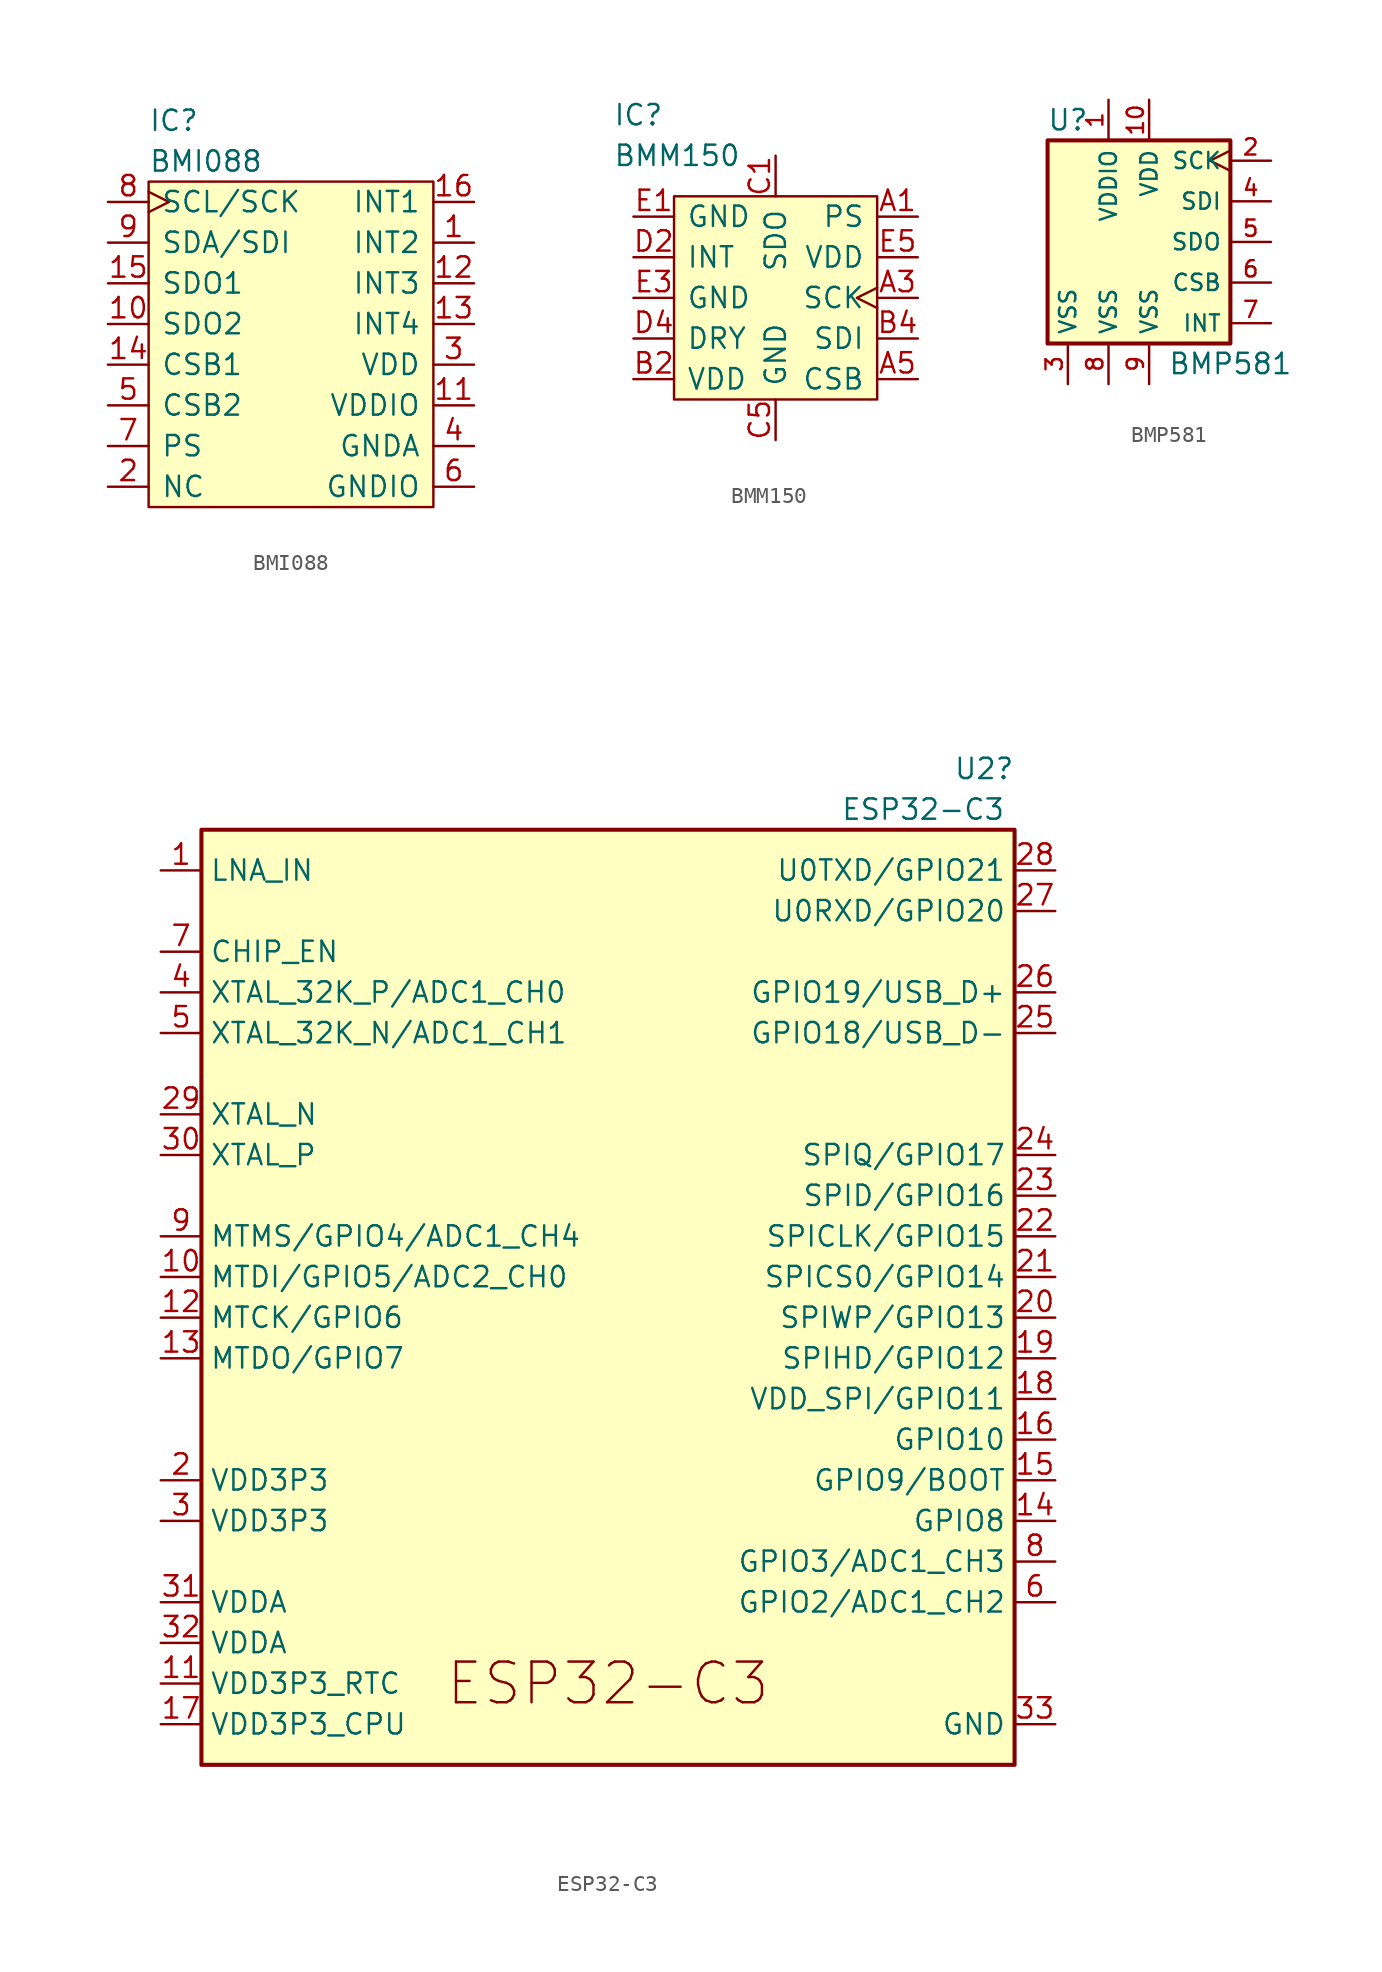
<source format=kicad_sym>
(kicad_symbol_lib
  (version 20220914)
  (generator kicad_symbol_editor)
  (symbol "BMI088"
    (pin_names
      (offset 0.762))
    (property "Reference" "IC"
      (at -7.62 13.97 0)
      (effects (font (size 1.27 1.27)) (justify left)))
    (property "Value" "BMI088"
      (at -7.62 11.43 0)
      (effects (font (size 1.27 1.27)) (justify left)))
    (symbol "BMI088_0_0"
      (pin bidirectional line (at 12.7 6.35 180) (length 2.54) (name "INT2" (effects (font (size 1.27 1.27)))) (number "1" (effects (font (size 1.27 1.27)))))
      (pin output line (at -10.16 1.27 0) (length 2.54) (name "SDO2" (effects (font (size 1.27 1.27)))) (number "10" (effects (font (size 1.27 1.27)))))
      (pin power_in line (at 12.7 -3.81 180) (length 2.54) (name "VDDIO" (effects (font (size 1.27 1.27)))) (number "11" (effects (font (size 1.27 1.27)))))
      (pin output line (at 12.7 3.81 180) (length 2.54) (name "INT3" (effects (font (size 1.27 1.27)))) (number "12" (effects (font (size 1.27 1.27)))))
      (pin output line (at 12.7 1.27 180) (length 2.54) (name "INT4" (effects (font (size 1.27 1.27)))) (number "13" (effects (font (size 1.27 1.27)))))
      (pin input line (at -10.16 -1.27 0) (length 2.54) (name "CSB1" (effects (font (size 1.27 1.27)))) (number "14" (effects (font (size 1.27 1.27)))))
      (pin output line (at -10.16 3.81 0) (length 2.54) (name "SDO1" (effects (font (size 1.27 1.27)))) (number "15" (effects (font (size 1.27 1.27)))))
      (pin bidirectional line (at 12.7 8.89 180) (length 2.54) (name "INT1" (effects (font (size 1.27 1.27)))) (number "16" (effects (font (size 1.27 1.27)))))
      (pin passive line (at -10.16 -8.89 0) (length 2.54) (name "NC" (effects (font (size 1.27 1.27)))) (number "2" (effects (font (size 1.27 1.27)))))
      (pin power_in line (at 12.7 -1.27 180) (length 2.54) (name "VDD" (effects (font (size 1.27 1.27)))) (number "3" (effects (font (size 1.27 1.27)))))
      (pin power_out line (at 12.7 -6.35 180) (length 2.54) (name "GNDA" (effects (font (size 1.27 1.27)))) (number "4" (effects (font (size 1.27 1.27)))))
      (pin input line (at -10.16 -3.81 0) (length 2.54) (name "CSB2" (effects (font (size 1.27 1.27)))) (number "5" (effects (font (size 1.27 1.27)))))
      (pin power_out line (at 12.7 -8.89 180) (length 2.54) (name "GNDIO" (effects (font (size 1.27 1.27)))) (number "6" (effects (font (size 1.27 1.27)))))
      (pin input line (at -10.16 -6.35 0) (length 2.54) (name "PS" (effects (font (size 1.27 1.27)))) (number "7" (effects (font (size 1.27 1.27)))))
      (pin input clock (at -10.16 8.89 0) (length 2.54) (name "SCL/SCK" (effects (font (size 1.27 1.27)))) (number "8" (effects (font (size 1.27 1.27)))))
      (pin input line (at -10.16 6.35 0) (length 2.54) (name "SDA/SDI" (effects (font (size 1.27 1.27)))) (number "9" (effects (font (size 1.27 1.27))))))
    (symbol "BMI088_0_1"
      (rectangle (start -7.62 10.16) (end 10.16 -10.16) (stroke (width 0) (type default)) (fill (type background)))))
  (symbol "BMM150"
    (pin_names
      (offset 0.762))
    (property "Reference" "IC"
      (at -10.16 11.43 0)
      (effects (font (size 1.27 1.27)) (justify left)))
    (property "Value" "BMM150"
      (at -10.16 8.89 0)
      (effects (font (size 1.27 1.27)) (justify left)))
    (symbol "BMM150_0_0"
      (pin input line (at 8.89 5.08 180) (length 2.54) (name "PS" (effects (font (size 1.27 1.27)))) (number "A1" (effects (font (size 1.27 1.27)))))
      (pin input clock (at 8.89 0 180) (length 2.54) (name "SCK" (effects (font (size 1.27 1.27)))) (number "A3" (effects (font (size 1.27 1.27)))))
      (pin input line (at 8.89 -5.08 180) (length 2.54) (name "CSB" (effects (font (size 1.27 1.27)))) (number "A5" (effects (font (size 1.27 1.27)))))
      (pin power_in line (at -8.89 -5.08 0) (length 2.54) (name "VDD" (effects (font (size 1.27 1.27)))) (number "B2" (effects (font (size 1.27 1.27)))))
      (pin input line (at 8.89 -2.54 180) (length 2.54) (name "SDI" (effects (font (size 1.27 1.27)))) (number "B4" (effects (font (size 1.27 1.27)))))
      (pin output line (at 0 8.89 270) (length 2.54) (name "SDO" (effects (font (size 1.27 1.27)))) (number "C1" (effects (font (size 1.27 1.27)))))
      (pin power_out line (at 0 -8.89 90) (length 2.54) (name "GND" (effects (font (size 1.27 1.27)))) (number "C5" (effects (font (size 1.27 1.27)))))
      (pin output line (at -8.89 2.54 0) (length 2.54) (name "INT" (effects (font (size 1.27 1.27)))) (number "D2" (effects (font (size 1.27 1.27)))))
      (pin output line (at -8.89 -2.54 0) (length 2.54) (name "DRY" (effects (font (size 1.27 1.27)))) (number "D4" (effects (font (size 1.27 1.27)))))
      (pin power_out line (at -8.89 5.08 0) (length 2.54) (name "GND" (effects (font (size 1.27 1.27)))) (number "E1" (effects (font (size 1.27 1.27)))))
      (pin power_out line (at -8.89 0 0) (length 2.54) (name "GND" (effects (font (size 1.27 1.27)))) (number "E3" (effects (font (size 1.27 1.27)))))
      (pin power_in line (at 8.89 2.54 180) (length 2.54) (name "VDD" (effects (font (size 1.27 1.27)))) (number "E5" (effects (font (size 1.27 1.27))))))
    (symbol "BMM150_0_1"
      (rectangle (start -6.35 6.35) (end 6.35 -6.35) (stroke (width 0) (type default)) (fill (type background)))))
  (symbol "BMP581"
    (property "Reference" "U"
      (at -5.08 7.62 0)
      (effects (font (size 1.27 1.27))))
    (property "Value" "BMP581"
      (at 5.08 -7.62 0)
      (effects (font (size 1.27 1.27))))
    (symbol "BMP581_1_1"
      (rectangle (start -6.35 6.35) (end 5.08 -6.35) (stroke (width 0.254) (type default)) (fill (type background)))
      (pin passive line (at -2.54 8.89 270) (length 2.54) (name "VDDIO" (effects (font (size 1.016 1.016)))) (number "1" (effects (font (size 1.016 1.016)))))
      (pin passive line (at 0 8.89 270) (length 2.54) (name "VDD" (effects (font (size 1.016 1.016)))) (number "10" (effects (font (size 1.016 1.016)))))
      (pin passive clock (at 7.62 5.08 180) (length 2.54) (name "SCK" (effects (font (size 1.016 1.016)))) (number "2" (effects (font (size 1.016 1.016)))))
      (pin passive line (at -5.08 -8.89 90) (length 2.54) (name "VSS" (effects (font (size 1.016 1.016)))) (number "3" (effects (font (size 1.016 1.016)))))
      (pin passive line (at 7.62 2.54 180) (length 2.54) (name "SDI" (effects (font (size 1.016 1.016)))) (number "4" (effects (font (size 1.016 1.016)))))
      (pin passive line (at 7.62 0 180) (length 2.54) (name "SDO" (effects (font (size 1.016 1.016)))) (number "5" (effects (font (size 1.016 1.016)))))
      (pin passive line (at 7.62 -2.54 180) (length 2.54) (name "CSB" (effects (font (size 1.016 1.016)))) (number "6" (effects (font (size 1.016 1.016)))))
      (pin passive line (at 7.62 -5.08 180) (length 2.54) (name "INT" (effects (font (size 1.016 1.016)))) (number "7" (effects (font (size 1.016 1.016)))))
      (pin passive line (at -2.54 -8.89 90) (length 2.54) (name "VSS" (effects (font (size 1.016 1.016)))) (number "8" (effects (font (size 1.016 1.016)))))
      (pin passive line (at 0 -8.89 90) (length 2.54) (name "VSS" (effects (font (size 1.016 1.016)))) (number "9" (effects (font (size 1.016 1.016)))))))
  (symbol "ESP32-C3"
    (property "Reference" "U2"
      (at 23.495 34.29 0)
      (effects (font (size 1.27 1.27))))
    (property "Value" "ESP32-C3"
      (at 19.685 31.75 0)
      (effects (font (size 1.27 1.27))))
    (symbol "ESP32-C3_0_0"
      (text "ESP32-C3" (at 0 -22.86 0) (effects (font (size 2.54 2.54))))
      (pin bidirectional line (at -27.94 27.94 0) (length 2.54) (name "LNA_IN" (effects (font (size 1.27 1.27)))) (number "1" (effects (font (size 1.27 1.27)))))
      (pin bidirectional line (at -27.94 2.54 0) (length 2.54) (name "MTDI/GPIO5/ADC2_CH0" (effects (font (size 1.27 1.27)))) (number "10" (effects (font (size 1.27 1.27)))))
      (pin power_in line (at -27.94 -22.86 0) (length 2.54) (name "VDD3P3_RTC" (effects (font (size 1.27 1.27)))) (number "11" (effects (font (size 1.27 1.27)))))
      (pin bidirectional line (at -27.94 0 0) (length 2.54) (name "MTCK/GPIO6" (effects (font (size 1.27 1.27)))) (number "12" (effects (font (size 1.27 1.27)))))
      (pin bidirectional line (at -27.94 -2.54 0) (length 2.54) (name "MTDO/GPIO7" (effects (font (size 1.27 1.27)))) (number "13" (effects (font (size 1.27 1.27)))))
      (pin bidirectional line (at 27.94 -12.7 180) (length 2.54) (name "GPIO8" (effects (font (size 1.27 1.27)))) (number "14" (effects (font (size 1.27 1.27)))))
      (pin bidirectional line (at 27.94 -10.16 180) (length 2.54) (name "GPIO9/BOOT" (effects (font (size 1.27 1.27)))) (number "15" (effects (font (size 1.27 1.27)))))
      (pin bidirectional line (at 27.94 -7.62 180) (length 2.54) (name "GPIO10" (effects (font (size 1.27 1.27)))) (number "16" (effects (font (size 1.27 1.27)))))
      (pin power_in line (at -27.94 -25.4 0) (length 2.54) (name "VDD3P3_CPU" (effects (font (size 1.27 1.27)))) (number "17" (effects (font (size 1.27 1.27)))))
      (pin bidirectional line (at 27.94 -5.08 180) (length 2.54) (name "VDD_SPI/GPIO11" (effects (font (size 1.27 1.27)))) (number "18" (effects (font (size 1.27 1.27)))))
      (pin bidirectional line (at 27.94 -2.54 180) (length 2.54) (name "SPIHD/GPIO12" (effects (font (size 1.27 1.27)))) (number "19" (effects (font (size 1.27 1.27)))))
      (pin power_in line (at -27.94 -10.16 0) (length 2.54) (name "VDD3P3" (effects (font (size 1.27 1.27)))) (number "2" (effects (font (size 1.27 1.27)))))
      (pin bidirectional line (at 27.94 0 180) (length 2.54) (name "SPIWP/GPIO13" (effects (font (size 1.27 1.27)))) (number "20" (effects (font (size 1.27 1.27)))))
      (pin bidirectional line (at 27.94 2.54 180) (length 2.54) (name "SPICS0/GPIO14" (effects (font (size 1.27 1.27)))) (number "21" (effects (font (size 1.27 1.27)))))
      (pin bidirectional line (at 27.94 5.08 180) (length 2.54) (name "SPICLK/GPIO15" (effects (font (size 1.27 1.27)))) (number "22" (effects (font (size 1.27 1.27)))))
      (pin bidirectional line (at 27.94 7.62 180) (length 2.54) (name "SPID/GPIO16" (effects (font (size 1.27 1.27)))) (number "23" (effects (font (size 1.27 1.27)))))
      (pin bidirectional line (at 27.94 10.16 180) (length 2.54) (name "SPIQ/GPIO17" (effects (font (size 1.27 1.27)))) (number "24" (effects (font (size 1.27 1.27)))))
      (pin bidirectional line (at 27.94 17.78 180) (length 2.54) (name "GPIO18/USB_D-" (effects (font (size 1.27 1.27)))) (number "25" (effects (font (size 1.27 1.27)))))
      (pin bidirectional line (at 27.94 20.32 180) (length 2.54) (name "GPIO19/USB_D+" (effects (font (size 1.27 1.27)))) (number "26" (effects (font (size 1.27 1.27)))))
      (pin bidirectional line (at 27.94 25.4 180) (length 2.54) (name "U0RXD/GPIO20" (effects (font (size 1.27 1.27)))) (number "27" (effects (font (size 1.27 1.27)))))
      (pin bidirectional line (at 27.94 27.94 180) (length 2.54) (name "U0TXD/GPIO21" (effects (font (size 1.27 1.27)))) (number "28" (effects (font (size 1.27 1.27)))))
      (pin output line (at -27.94 12.7 0) (length 2.54) (name "XTAL_N" (effects (font (size 1.27 1.27)))) (number "29" (effects (font (size 1.27 1.27)))))
      (pin input line (at -27.94 10.16 0) (length 2.54) (name "XTAL_P" (effects (font (size 1.27 1.27)))) (number "30" (effects (font (size 1.27 1.27)))))
      (pin power_in line (at -27.94 -17.78 0) (length 2.54) (name "VDDA" (effects (font (size 1.27 1.27)))) (number "31" (effects (font (size 1.27 1.27)))))
      (pin power_in line (at 27.94 -25.4 180) (length 2.54) (name "GND" (effects (font (size 1.27 1.27)))) (number "33" (effects (font (size 1.27 1.27)))))
      (pin output line (at -27.94 20.32 0) (length 2.54) (name "XTAL_32K_P/ADC1_CH0" (effects (font (size 1.27 1.27)))) (number "4" (effects (font (size 1.27 1.27)))))
      (pin input line (at -27.94 17.78 0) (length 2.54) (name "XTAL_32K_N/ADC1_CH1" (effects (font (size 1.27 1.27)))) (number "5" (effects (font (size 1.27 1.27)))))
      (pin bidirectional line (at 27.94 -17.78 180) (length 2.54) (name "GPIO2/ADC1_CH2" (effects (font (size 1.27 1.27)))) (number "6" (effects (font (size 1.27 1.27)))))
      (pin input line (at -27.94 22.86 0) (length 2.54) (name "CHIP_EN" (effects (font (size 1.27 1.27)))) (number "7" (effects (font (size 1.27 1.27)))))
      (pin bidirectional line (at 27.94 -15.24 180) (length 2.54) (name "GPIO3/ADC1_CH3" (effects (font (size 1.27 1.27)))) (number "8" (effects (font (size 1.27 1.27)))))
      (pin bidirectional line (at -27.94 5.08 0) (length 2.54) (name "MTMS/GPIO4/ADC1_CH4" (effects (font (size 1.27 1.27)))) (number "9" (effects (font (size 1.27 1.27))))))
    (symbol "ESP32-C3_0_1"
      (rectangle (start -25.4 30.48) (end 25.4 -27.94) (stroke (width 0.254) (type default)) (fill (type background)))
      (pin passive line (at -27.94 -12.7 0) (length 2.54) (name "VDD3P3" (effects (font (size 1.27 1.27)))) (number "3" (effects (font (size 1.27 1.27)))))
      (pin passive line (at -27.94 -20.32 0) (length 2.54) (name "VDDA" (effects (font (size 1.27 1.27)))) (number "32" (effects (font (size 1.27 1.27))))))))
</source>
